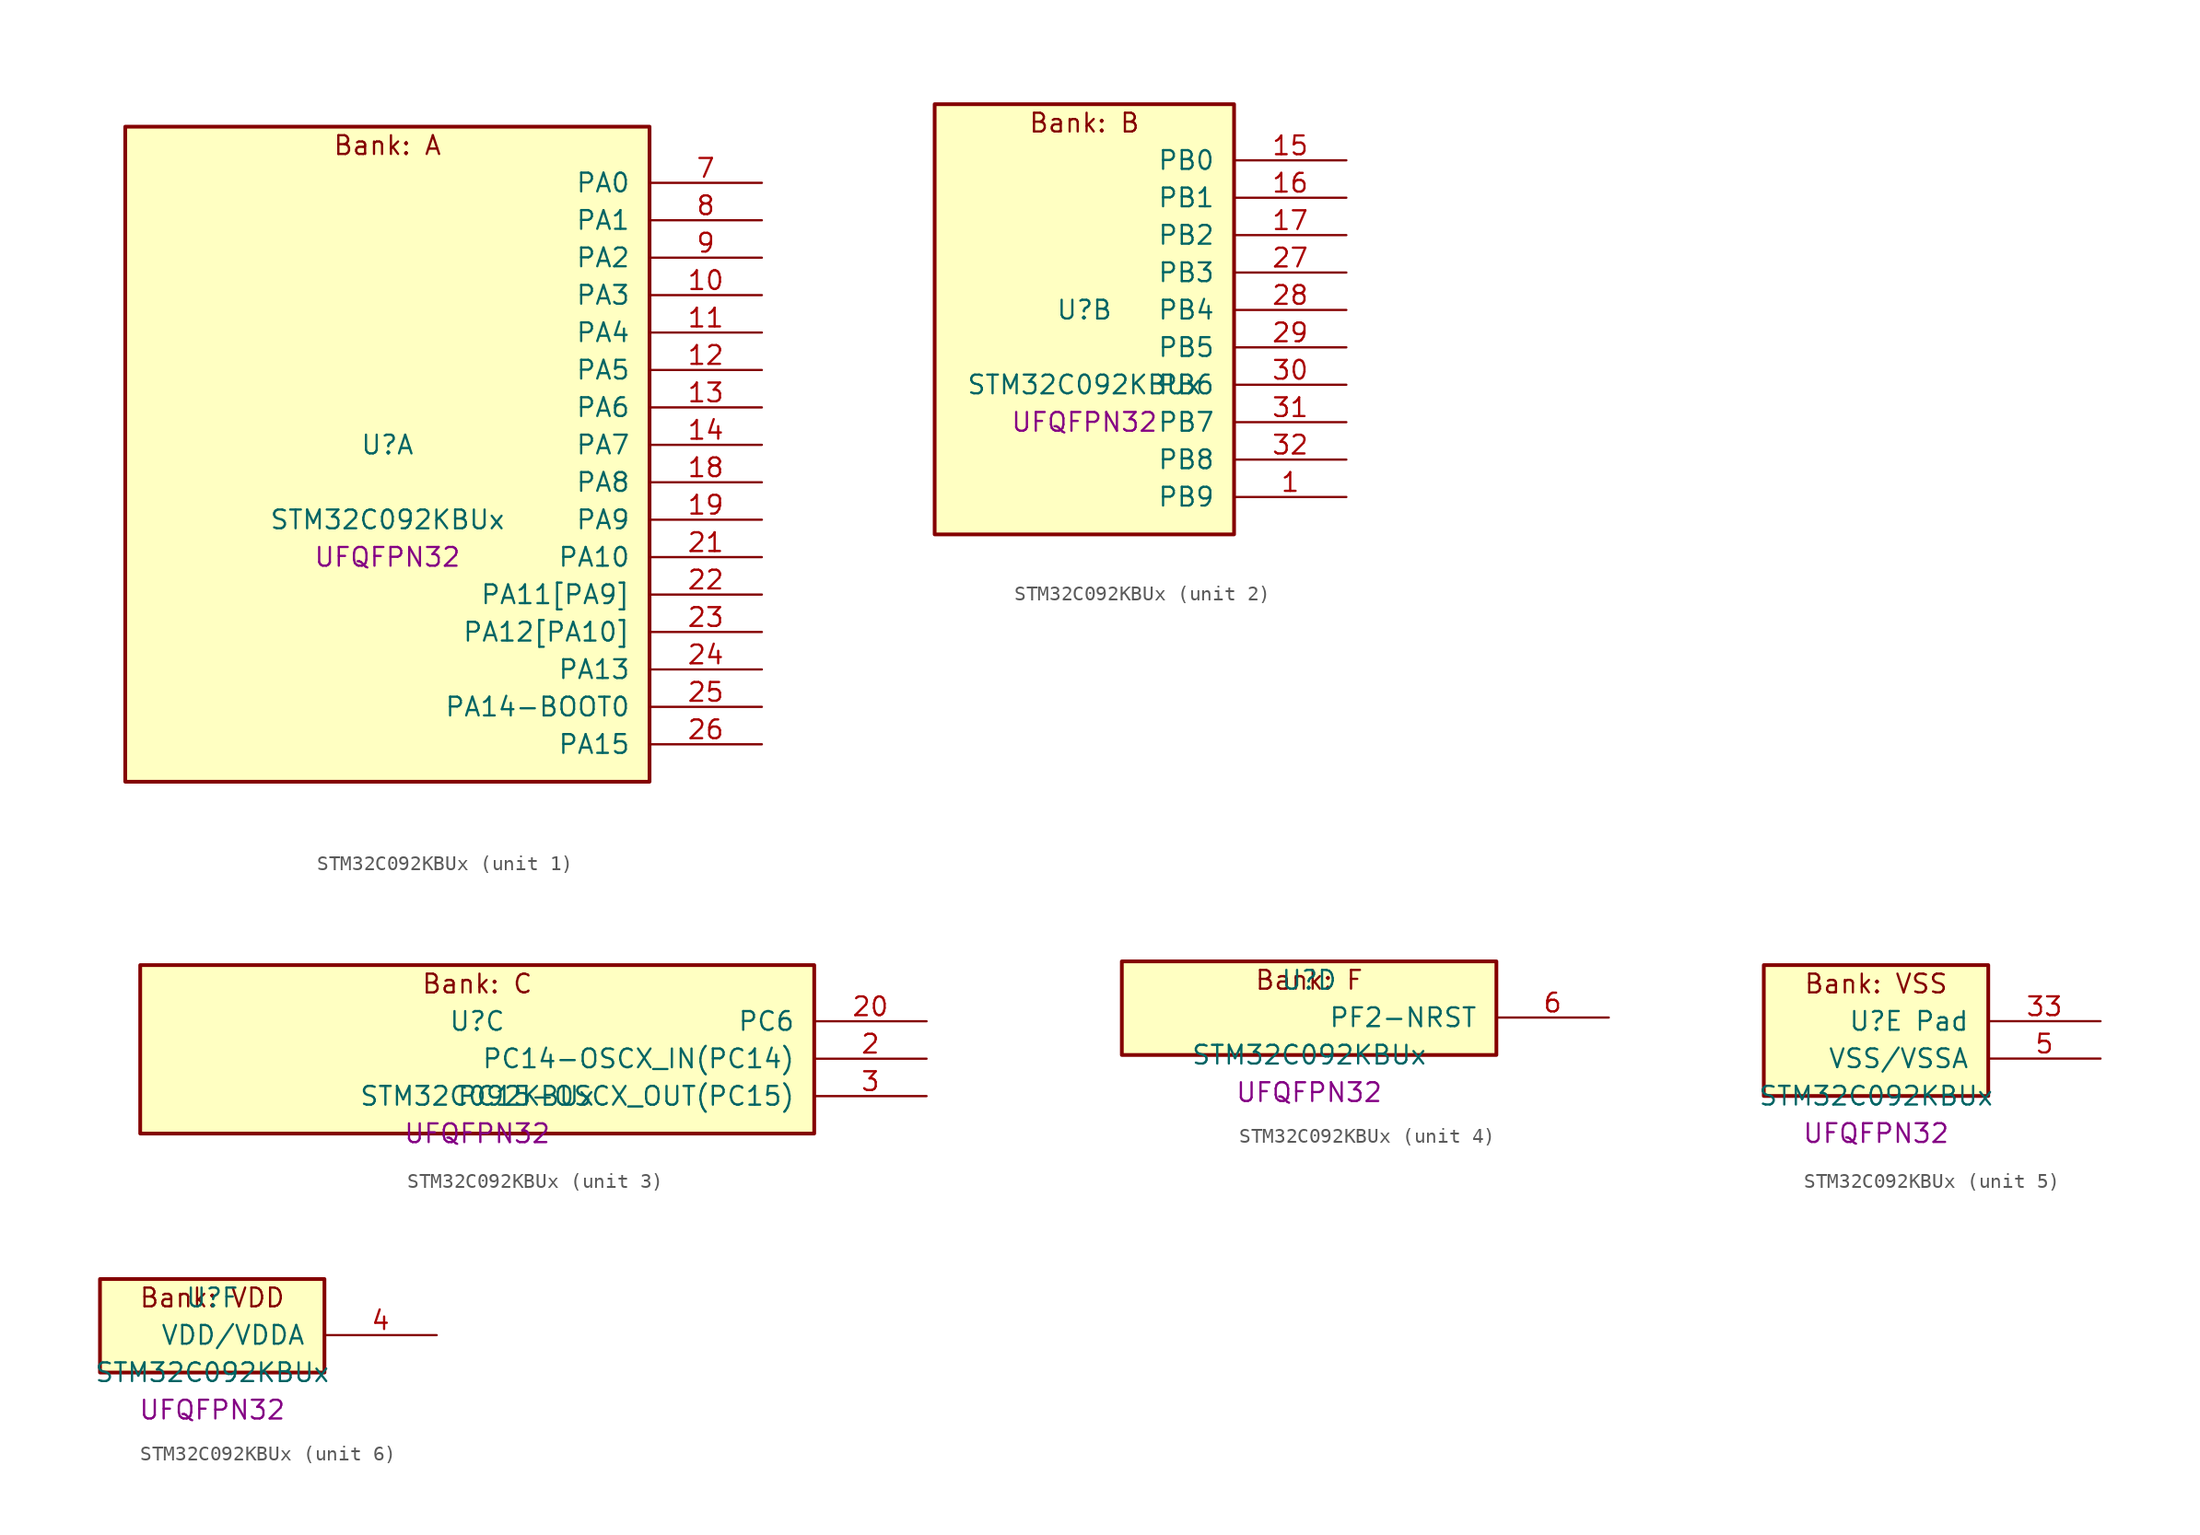
<source format=kicad_sym>
(kicad_symbol_lib
  (version 20241209)
  (generator "stm32_pkl_generator")
  (generator_version "1.0")
  (symbol "STM32C092KBUx"
    (pin_names
      (offset 1.27))
    (property "Reference" "U"
      (at 0 2.54 0))
    (property "Value" "STM32C092KBUx"
      (at 0 -2.54 0))
    (property "Footprint" "UFQFPN32"
      (at 0 -5.08 0))
    (symbol "STM32C092KBUx_1_1"
      (rectangle (start -17.78 24.13) (end 17.78 -20.32) (stroke (width 0.254) (type solid)) (fill (type background)))
      (text "Bank: A" (at 0 22.86 0))
      (pin bidirectional line (at 25.4 20.32 180) (length 7.62) (name "PA0") (number "7") (alternate "PA0/ADC1_IN0" bidirectional line) (alternate "PA0/PWR_WKUP1" bidirectional line) (alternate "PA0/SPI2_SCK" bidirectional line) (alternate "PA0/TIM16_CH1" bidirectional line) (alternate "PA0/TIM1_CH1" bidirectional line) (alternate "PA0/TIM2_CH1" bidirectional line) (alternate "PA0/TIM2_ETR" bidirectional line) (alternate "PA0/USART1_TX" bidirectional line) (alternate "PA0/USART2_CTS" bidirectional line) (alternate "PA0/USART2_NSS" bidirectional line) (alternate "PA0/USART4_TX" bidirectional line))
      (pin bidirectional line (at 25.4 17.78 180) (length 7.62) (name "PA1") (number "8") (alternate "PA1/ADC1_IN1" bidirectional line) (alternate "PA1/I2C1_SMBA" bidirectional line) (alternate "PA1/I2S1_CK" bidirectional line) (alternate "PA1/SPI1_SCK" bidirectional line) (alternate "PA1/TIM15_CH1N" bidirectional line) (alternate "PA1/TIM17_CH1" bidirectional line) (alternate "PA1/TIM1_CH2" bidirectional line) (alternate "PA1/TIM2_CH2" bidirectional line) (alternate "PA1/USART1_RX" bidirectional line) (alternate "PA1/USART2_CK" bidirectional line) (alternate "PA1/USART2_DE" bidirectional line) (alternate "PA1/USART2_RTS" bidirectional line) (alternate "PA1/USART4_RX" bidirectional line))
      (pin bidirectional line (at 25.4 15.24 180) (length 7.62) (name "PA2") (number "9") (alternate "PA2/ADC1_IN2" bidirectional line) (alternate "PA2/I2S1_SD" bidirectional line) (alternate "PA2/PWR_WKUP4" bidirectional line) (alternate "PA2/RCC_LSCO" bidirectional line) (alternate "PA2/SPI1_MOSI" bidirectional line) (alternate "PA2/TIM15_CH1" bidirectional line) (alternate "PA2/TIM16_CH1N" bidirectional line) (alternate "PA2/TIM1_CH3" bidirectional line) (alternate "PA2/TIM2_CH3" bidirectional line) (alternate "PA2/TIM3_ETR" bidirectional line) (alternate "PA2/USART2_TX" bidirectional line))
      (pin bidirectional line (at 25.4 12.7 180) (length 7.62) (name "PA3") (number "10") (alternate "PA3/ADC1_IN3" bidirectional line) (alternate "PA3/SPI2_MISO" bidirectional line) (alternate "PA3/TIM15_CH2" bidirectional line) (alternate "PA3/TIM1_CH1N" bidirectional line) (alternate "PA3/TIM1_CH4" bidirectional line) (alternate "PA3/TIM2_CH4" bidirectional line) (alternate "PA3/USART2_RX" bidirectional line))
      (pin bidirectional line (at 25.4 10.16 180) (length 7.62) (name "PA4") (number "11") (alternate "PA4/ADC1_IN4" bidirectional line) (alternate "PA4/I2S1_WS" bidirectional line) (alternate "PA4/PWR_WKUP2" bidirectional line) (alternate "PA4/RTC_OUT1" bidirectional line) (alternate "PA4/RTC_TS" bidirectional line) (alternate "PA4/SPI1_NSS" bidirectional line) (alternate "PA4/SPI2_MOSI" bidirectional line) (alternate "PA4/TIM14_CH1" bidirectional line) (alternate "PA4/TIM17_CH1N" bidirectional line) (alternate "PA4/TIM1_CH2N" bidirectional line) (alternate "PA4/USART2_TX" bidirectional line))
      (pin bidirectional line (at 25.4 7.62 180) (length 7.62) (name "PA5") (number "12") (alternate "PA5/ADC1_IN5" bidirectional line) (alternate "PA5/I2S1_CK" bidirectional line) (alternate "PA5/SPI1_SCK" bidirectional line) (alternate "PA5/TIM1_CH1" bidirectional line) (alternate "PA5/TIM1_CH3N" bidirectional line) (alternate "PA5/TIM2_CH1" bidirectional line) (alternate "PA5/TIM2_ETR" bidirectional line) (alternate "PA5/USART2_RX" bidirectional line) (alternate "PA5/USART3_TX" bidirectional line))
      (pin bidirectional line (at 25.4 5.08 180) (length 7.62) (name "PA6") (number "13") (alternate "PA6/ADC1_IN6" bidirectional line) (alternate "PA6/I2C2_SDA" bidirectional line) (alternate "PA6/I2S1_MCK" bidirectional line) (alternate "PA6/SPI1_MISO" bidirectional line) (alternate "PA6/TIM16_CH1" bidirectional line) (alternate "PA6/TIM1_BKIN" bidirectional line) (alternate "PA6/TIM3_CH1" bidirectional line) (alternate "PA6/USART3_CTS" bidirectional line) (alternate "PA6/USART3_NSS" bidirectional line))
      (pin bidirectional line (at 25.4 2.54 180) (length 7.62) (name "PA7") (number "14") (alternate "PA7/ADC1_IN7" bidirectional line) (alternate "PA7/I2C2_SCL" bidirectional line) (alternate "PA7/I2S1_SD" bidirectional line) (alternate "PA7/SPI1_MOSI" bidirectional line) (alternate "PA7/TIM14_CH1" bidirectional line) (alternate "PA7/TIM17_CH1" bidirectional line) (alternate "PA7/TIM1_CH1N" bidirectional line) (alternate "PA7/TIM3_CH2" bidirectional line))
      (pin bidirectional line (at 25.4 0 180) (length 7.62) (name "PA8") (number "18") (alternate "PA8/ADC1_IN8" bidirectional line) (alternate "PA8/I2S1_WS" bidirectional line) (alternate "PA8/RCC_MCO" bidirectional line) (alternate "PA8/RCC_MCO_2" bidirectional line) (alternate "PA8/SPI1_NSS" bidirectional line) (alternate "PA8/SPI2_MISO" bidirectional line) (alternate "PA8/SPI2_NSS" bidirectional line) (alternate "PA8/TIM14_CH1" bidirectional line) (alternate "PA8/TIM1_CH1" bidirectional line) (alternate "PA8/TIM1_CH2N" bidirectional line) (alternate "PA8/TIM1_CH3N" bidirectional line) (alternate "PA8/TIM3_CH3" bidirectional line) (alternate "PA8/TIM3_CH4" bidirectional line) (alternate "PA8/USART1_RX" bidirectional line) (alternate "PA8/USART2_TX" bidirectional line))
      (pin bidirectional line (at 25.4 -2.54 180) (length 7.62) (name "PA9") (number "19") (alternate "PA9/I2C1_SCL" bidirectional line) (alternate "PA9/I2C2_SCL" bidirectional line) (alternate "PA9/RCC_MCO" bidirectional line) (alternate "PA9/SPI2_MISO" bidirectional line) (alternate "PA9/TIM15_BKIN" bidirectional line) (alternate "PA9/TIM1_CH2" bidirectional line) (alternate "PA9/TIM3_ETR" bidirectional line) (alternate "PA9/USART1_TX" bidirectional line) (alternate "PA9/NC" bidirectional line))
      (pin bidirectional line (at 25.4 -5.08 180) (length 7.62) (name "PA10") (number "21") (alternate "PA10/I2C1_SDA" bidirectional line) (alternate "PA10/I2C2_SDA" bidirectional line) (alternate "PA10/RCC_MCO_2" bidirectional line) (alternate "PA10/SPI2_MOSI" bidirectional line) (alternate "PA10/TIM17_BKIN" bidirectional line) (alternate "PA10/TIM1_CH3" bidirectional line) (alternate "PA10/USART1_RX" bidirectional line) (alternate "PA10/NC" bidirectional line))
      (pin bidirectional line (at 25.4 -7.62 180) (length 7.62) (name "PA11[PA9]") (number "22") (alternate "PA11[PA9]/ADC1_EXTI11" bidirectional line) (alternate "PA11[PA9]/FDCAN1_RX" bidirectional line) (alternate "PA11[PA9]/I2C2_SCL" bidirectional line) (alternate "PA11[PA9]/I2S1_MCK" bidirectional line) (alternate "PA11[PA9]/SPI1_MISO" bidirectional line) (alternate "PA11[PA9]/TIM1_BKIN2" bidirectional line) (alternate "PA11[PA9]/TIM1_CH4" bidirectional line) (alternate "PA11[PA9]/USART1_CTS" bidirectional line) (alternate "PA11[PA9]/USART1_NSS" bidirectional line) (alternate "PA11[PA9]/PA9[PA11]" bidirectional line) (alternate "PA11[PA9]/I2C1_SCL" bidirectional line) (alternate "PA11[PA9]/RCC_MCO" bidirectional line) (alternate "PA11[PA9]/SPI2_MISO" bidirectional line) (alternate "PA11[PA9]/TIM15_BKIN" bidirectional line) (alternate "PA11[PA9]/TIM1_CH2" bidirectional line) (alternate "PA11[PA9]/TIM3_ETR" bidirectional line) (alternate "PA11[PA9]/USART1_TX" bidirectional line))
      (pin bidirectional line (at 25.4 -10.16 180) (length 7.62) (name "PA12[PA10]") (number "23") (alternate "PA12[PA10]/FDCAN1_TX" bidirectional line) (alternate "PA12[PA10]/I2C2_SDA" bidirectional line) (alternate "PA12[PA10]/I2S1_SD" bidirectional line) (alternate "PA12[PA10]/I2S_CKIN" bidirectional line) (alternate "PA12[PA10]/SPI1_MOSI" bidirectional line) (alternate "PA12[PA10]/TIM1_ETR" bidirectional line) (alternate "PA12[PA10]/USART1_CK" bidirectional line) (alternate "PA12[PA10]/USART1_DE" bidirectional line) (alternate "PA12[PA10]/USART1_RTS" bidirectional line) (alternate "PA12[PA10]/PA10[PA12]" bidirectional line) (alternate "PA12[PA10]/I2C1_SDA" bidirectional line) (alternate "PA12[PA10]/RCC_MCO_2" bidirectional line) (alternate "PA12[PA10]/SPI2_MOSI" bidirectional line) (alternate "PA12[PA10]/TIM17_BKIN" bidirectional line) (alternate "PA12[PA10]/TIM1_CH3" bidirectional line) (alternate "PA12[PA10]/USART1_RX" bidirectional line))
      (pin bidirectional line (at 25.4 -12.7 180) (length 7.62) (name "PA13") (number "24") (alternate "PA13/ADC1_IN13" bidirectional line) (alternate "PA13/DEBUG_SWDIO" bidirectional line) (alternate "PA13/IR_OUT" bidirectional line) (alternate "PA13/TIM3_ETR" bidirectional line) (alternate "PA13/USART2_RX" bidirectional line))
      (pin bidirectional line (at 25.4 -15.24 180) (length 7.62) (name "PA14-BOOT0") (number "25") (alternate "PA14-BOOT0/ADC1_IN14" bidirectional line) (alternate "PA14-BOOT0/BOOT0" bidirectional line) (alternate "PA14-BOOT0/DEBUG_SWCLK" bidirectional line) (alternate "PA14-BOOT0/I2S1_WS" bidirectional line) (alternate "PA14-BOOT0/RCC_MCO_2" bidirectional line) (alternate "PA14-BOOT0/SPI1_NSS" bidirectional line) (alternate "PA14-BOOT0/TIM1_CH1" bidirectional line) (alternate "PA14-BOOT0/USART1_CK" bidirectional line) (alternate "PA14-BOOT0/USART1_DE" bidirectional line) (alternate "PA14-BOOT0/USART1_RTS" bidirectional line) (alternate "PA14-BOOT0/USART2_RX" bidirectional line) (alternate "PA14-BOOT0/USART2_TX" bidirectional line))
      (pin bidirectional line (at 25.4 -17.78 180) (length 7.62) (name "PA15") (number "26") (alternate "PA15/I2S1_WS" bidirectional line) (alternate "PA15/RCC_MCO_2" bidirectional line) (alternate "PA15/SPI1_NSS" bidirectional line) (alternate "PA15/TIM1_CH1" bidirectional line) (alternate "PA15/TIM2_CH1" bidirectional line) (alternate "PA15/TIM2_ETR" bidirectional line) (alternate "PA15/USART1_CK" bidirectional line) (alternate "PA15/USART1_DE" bidirectional line) (alternate "PA15/USART1_RTS" bidirectional line) (alternate "PA15/USART2_RX" bidirectional line) (alternate "PA15/USART3_CK" bidirectional line) (alternate "PA15/USART3_DE" bidirectional line) (alternate "PA15/USART3_RTS" bidirectional line) (alternate "PA15/USART4_CK" bidirectional line) (alternate "PA15/USART4_DE" bidirectional line) (alternate "PA15/USART4_RTS" bidirectional line)))
    (symbol "STM32C092KBUx_2_1"
      (rectangle (start -10.16 16.51) (end 10.16 -12.7) (stroke (width 0.254) (type solid)) (fill (type background)))
      (text "Bank: B" (at 0 15.24 0))
      (pin bidirectional line (at 17.78 12.7 180) (length 7.62) (name "PB0") (number "15") (alternate "PB0/ADC1_IN17" bidirectional line) (alternate "PB0/FDCAN1_RX" bidirectional line) (alternate "PB0/I2S1_WS" bidirectional line) (alternate "PB0/SPI1_NSS" bidirectional line) (alternate "PB0/TIM1_CH2N" bidirectional line) (alternate "PB0/TIM3_CH3" bidirectional line) (alternate "PB0/USART3_RX" bidirectional line))
      (pin bidirectional line (at 17.78 10.16 180) (length 7.62) (name "PB1") (number "16") (alternate "PB1/ADC1_IN18" bidirectional line) (alternate "PB1/FDCAN1_TX" bidirectional line) (alternate "PB1/TIM14_CH1" bidirectional line) (alternate "PB1/TIM1_CH2N" bidirectional line) (alternate "PB1/TIM1_CH3N" bidirectional line) (alternate "PB1/TIM3_CH4" bidirectional line) (alternate "PB1/USART3_CK" bidirectional line) (alternate "PB1/USART3_DE" bidirectional line) (alternate "PB1/USART3_RTS" bidirectional line))
      (pin bidirectional line (at 17.78 7.62 180) (length 7.62) (name "PB2") (number "17") (alternate "PB2/ADC1_IN19" bidirectional line) (alternate "PB2/RCC_MCO_2" bidirectional line) (alternate "PB2/SPI2_MISO" bidirectional line) (alternate "PB2/USART1_RX" bidirectional line) (alternate "PB2/USART3_TX" bidirectional line))
      (pin bidirectional line (at 17.78 5.08 180) (length 7.62) (name "PB3") (number "27") (alternate "PB3/I2C2_SCL" bidirectional line) (alternate "PB3/I2S1_CK" bidirectional line) (alternate "PB3/SPI1_SCK" bidirectional line) (alternate "PB3/TIM1_CH2" bidirectional line) (alternate "PB3/TIM2_CH2" bidirectional line) (alternate "PB3/TIM3_CH2" bidirectional line) (alternate "PB3/USART1_CK" bidirectional line) (alternate "PB3/USART1_DE" bidirectional line) (alternate "PB3/USART1_RTS" bidirectional line))
      (pin bidirectional line (at 17.78 2.54 180) (length 7.62) (name "PB4") (number "28") (alternate "PB4/I2C2_SDA" bidirectional line) (alternate "PB4/I2S1_MCK" bidirectional line) (alternate "PB4/SPI1_MISO" bidirectional line) (alternate "PB4/TIM17_BKIN" bidirectional line) (alternate "PB4/TIM3_CH1" bidirectional line) (alternate "PB4/USART1_CTS" bidirectional line) (alternate "PB4/USART1_NSS" bidirectional line))
      (pin bidirectional line (at 17.78 0 180) (length 7.62) (name "PB5") (number "29") (alternate "PB5/FDCAN1_RX" bidirectional line) (alternate "PB5/I2C1_SMBA" bidirectional line) (alternate "PB5/I2S1_SD" bidirectional line) (alternate "PB5/PWR_WKUP6" bidirectional line) (alternate "PB5/SPI1_MOSI" bidirectional line) (alternate "PB5/TIM16_BKIN" bidirectional line) (alternate "PB5/TIM3_CH2" bidirectional line) (alternate "PB5/TIM3_CH3" bidirectional line))
      (pin bidirectional line (at 17.78 -2.54 180) (length 7.62) (name "PB6") (number "30") (alternate "PB6/FDCAN1_TX" bidirectional line) (alternate "PB6/I2C1_SCL" bidirectional line) (alternate "PB6/I2C1_SMBA" bidirectional line) (alternate "PB6/I2S1_CK" bidirectional line) (alternate "PB6/I2S1_MCK" bidirectional line) (alternate "PB6/I2S1_SD" bidirectional line) (alternate "PB6/PWR_WKUP3" bidirectional line) (alternate "PB6/SPI1_MISO" bidirectional line) (alternate "PB6/SPI1_MOSI" bidirectional line) (alternate "PB6/SPI1_SCK" bidirectional line) (alternate "PB6/SPI2_MISO" bidirectional line) (alternate "PB6/TIM16_BKIN" bidirectional line) (alternate "PB6/TIM16_CH1N" bidirectional line) (alternate "PB6/TIM1_CH2" bidirectional line) (alternate "PB6/TIM1_CH3" bidirectional line) (alternate "PB6/TIM3_CH1" bidirectional line) (alternate "PB6/TIM3_CH2" bidirectional line) (alternate "PB6/TIM3_CH3" bidirectional line) (alternate "PB6/USART1_CTS" bidirectional line) (alternate "PB6/USART1_NSS" bidirectional line) (alternate "PB6/USART1_TX" bidirectional line))
      (pin bidirectional line (at 17.78 -5.08 180) (length 7.62) (name "PB7") (number "31") (alternate "PB7/I2C1_SCL" bidirectional line) (alternate "PB7/I2C1_SDA" bidirectional line) (alternate "PB7/RTC_REFIN" bidirectional line) (alternate "PB7/SPI2_MOSI" bidirectional line) (alternate "PB7/TIM16_CH1" bidirectional line) (alternate "PB7/TIM17_CH1N" bidirectional line) (alternate "PB7/TIM1_CH4" bidirectional line) (alternate "PB7/TIM3_CH1" bidirectional line) (alternate "PB7/TIM3_CH4" bidirectional line) (alternate "PB7/USART1_RX" bidirectional line) (alternate "PB7/USART2_CTS" bidirectional line) (alternate "PB7/USART2_NSS" bidirectional line) (alternate "PB7/USART4_CTS" bidirectional line) (alternate "PB7/USART4_NSS" bidirectional line))
      (pin bidirectional line (at 17.78 -7.62 180) (length 7.62) (name "PB8") (number "32") (alternate "PB8/FDCAN1_RX" bidirectional line) (alternate "PB8/I2C1_SCL" bidirectional line) (alternate "PB8/SPI2_SCK" bidirectional line) (alternate "PB8/TIM15_BKIN" bidirectional line) (alternate "PB8/TIM16_CH1" bidirectional line) (alternate "PB8/TIM3_CH1" bidirectional line) (alternate "PB8/USART2_CTS" bidirectional line) (alternate "PB8/USART2_NSS" bidirectional line) (alternate "PB8/USART3_TX" bidirectional line))
      (pin bidirectional line (at 17.78 -10.16 180) (length 7.62) (name "PB9") (number "1") (alternate "PB9/FDCAN1_TX" bidirectional line) (alternate "PB9/I2C1_SDA" bidirectional line) (alternate "PB9/IR_OUT" bidirectional line) (alternate "PB9/SPI2_NSS" bidirectional line) (alternate "PB9/TIM17_CH1" bidirectional line) (alternate "PB9/TIM3_CH2" bidirectional line) (alternate "PB9/USART2_CK" bidirectional line) (alternate "PB9/USART2_DE" bidirectional line) (alternate "PB9/USART2_RTS" bidirectional line) (alternate "PB9/USART3_RX" bidirectional line)))
    (symbol "STM32C092KBUx_3_1"
      (rectangle (start -22.86 6.35) (end 22.86 -5.08) (stroke (width 0.254) (type solid)) (fill (type background)))
      (text "Bank: C" (at 0 5.08 0))
      (pin bidirectional line (at 30.48 2.54 180) (length 7.62) (name "PC6") (number "20") (alternate "PC6/TIM2_CH3" bidirectional line) (alternate "PC6/TIM3_CH1" bidirectional line))
      (pin bidirectional line (at 30.48 0 180) (length 7.62) (name "PC14-OSCX_IN(PC14)") (number "2") (alternate "PC14-OSCX_IN(PC14)/FDCAN1_TX" bidirectional line) (alternate "PC14-OSCX_IN(PC14)/I2C1_SDA" bidirectional line) (alternate "PC14-OSCX_IN(PC14)/IR_OUT" bidirectional line) (alternate "PC14-OSCX_IN(PC14)/RCC_OSCX_IN" bidirectional line) (alternate "PC14-OSCX_IN(PC14)/SPI2_NSS" bidirectional line) (alternate "PC14-OSCX_IN(PC14)/TIM17_CH1" bidirectional line) (alternate "PC14-OSCX_IN(PC14)/TIM1_BKIN2" bidirectional line) (alternate "PC14-OSCX_IN(PC14)/TIM1_ETR" bidirectional line) (alternate "PC14-OSCX_IN(PC14)/TIM3_CH2" bidirectional line) (alternate "PC14-OSCX_IN(PC14)/USART1_TX" bidirectional line) (alternate "PC14-OSCX_IN(PC14)/USART2_CK" bidirectional line) (alternate "PC14-OSCX_IN(PC14)/USART2_DE" bidirectional line) (alternate "PC14-OSCX_IN(PC14)/USART2_RTS" bidirectional line) (alternate "PC14-OSCX_IN(PC14)/USART3_TX" bidirectional line))
      (pin bidirectional line (at 30.48 -2.54 180) (length 7.62) (name "PC15-OSCX_OUT(PC15)") (number "3") (alternate "PC15-OSCX_OUT(PC15)/RCC_OSC32_EN" bidirectional line) (alternate "PC15-OSCX_OUT(PC15)/RCC_OSCX_OUT" bidirectional line) (alternate "PC15-OSCX_OUT(PC15)/RCC_OSC_EN" bidirectional line) (alternate "PC15-OSCX_OUT(PC15)/TIM15_BKIN" bidirectional line) (alternate "PC15-OSCX_OUT(PC15)/TIM1_ETR" bidirectional line) (alternate "PC15-OSCX_OUT(PC15)/TIM3_CH3" bidirectional line)))
    (symbol "STM32C092KBUx_4_1"
      (rectangle (start -12.7 3.81) (end 12.7 -2.54) (stroke (width 0.254) (type solid)) (fill (type background)))
      (text "Bank: F" (at 0 2.54 0))
      (pin bidirectional line (at 20.32 0 180) (length 7.62) (name "PF2-NRST") (number "6") (alternate "PF2-NRST/RCC_MCO" bidirectional line) (alternate "PF2-NRST/TIM1_CH4" bidirectional line)))
    (symbol "STM32C092KBUx_5_1"
      (rectangle (start -7.62 6.35) (end 7.62 -2.54) (stroke (width 0.254) (type solid)) (fill (type background)))
      (text "Bank: VSS" (at 0 5.08 0))
      (pin passive line (at 15.24 2.54 180) (length 7.62) (name "Pad") (number "33"))
      (pin power_in line (at 15.24 0 180) (length 7.62) (name "VSS/VSSA") (number "5")))
    (symbol "STM32C092KBUx_6_1"
      (rectangle (start -7.62 3.81) (end 7.62 -2.54) (stroke (width 0.254) (type solid)) (fill (type background)))
      (text "Bank: VDD" (at 0 2.54 0))
      (pin power_in line (at 15.24 0 180) (length 7.62) (name "VDD/VDDA") (number "4")))))
</source>
